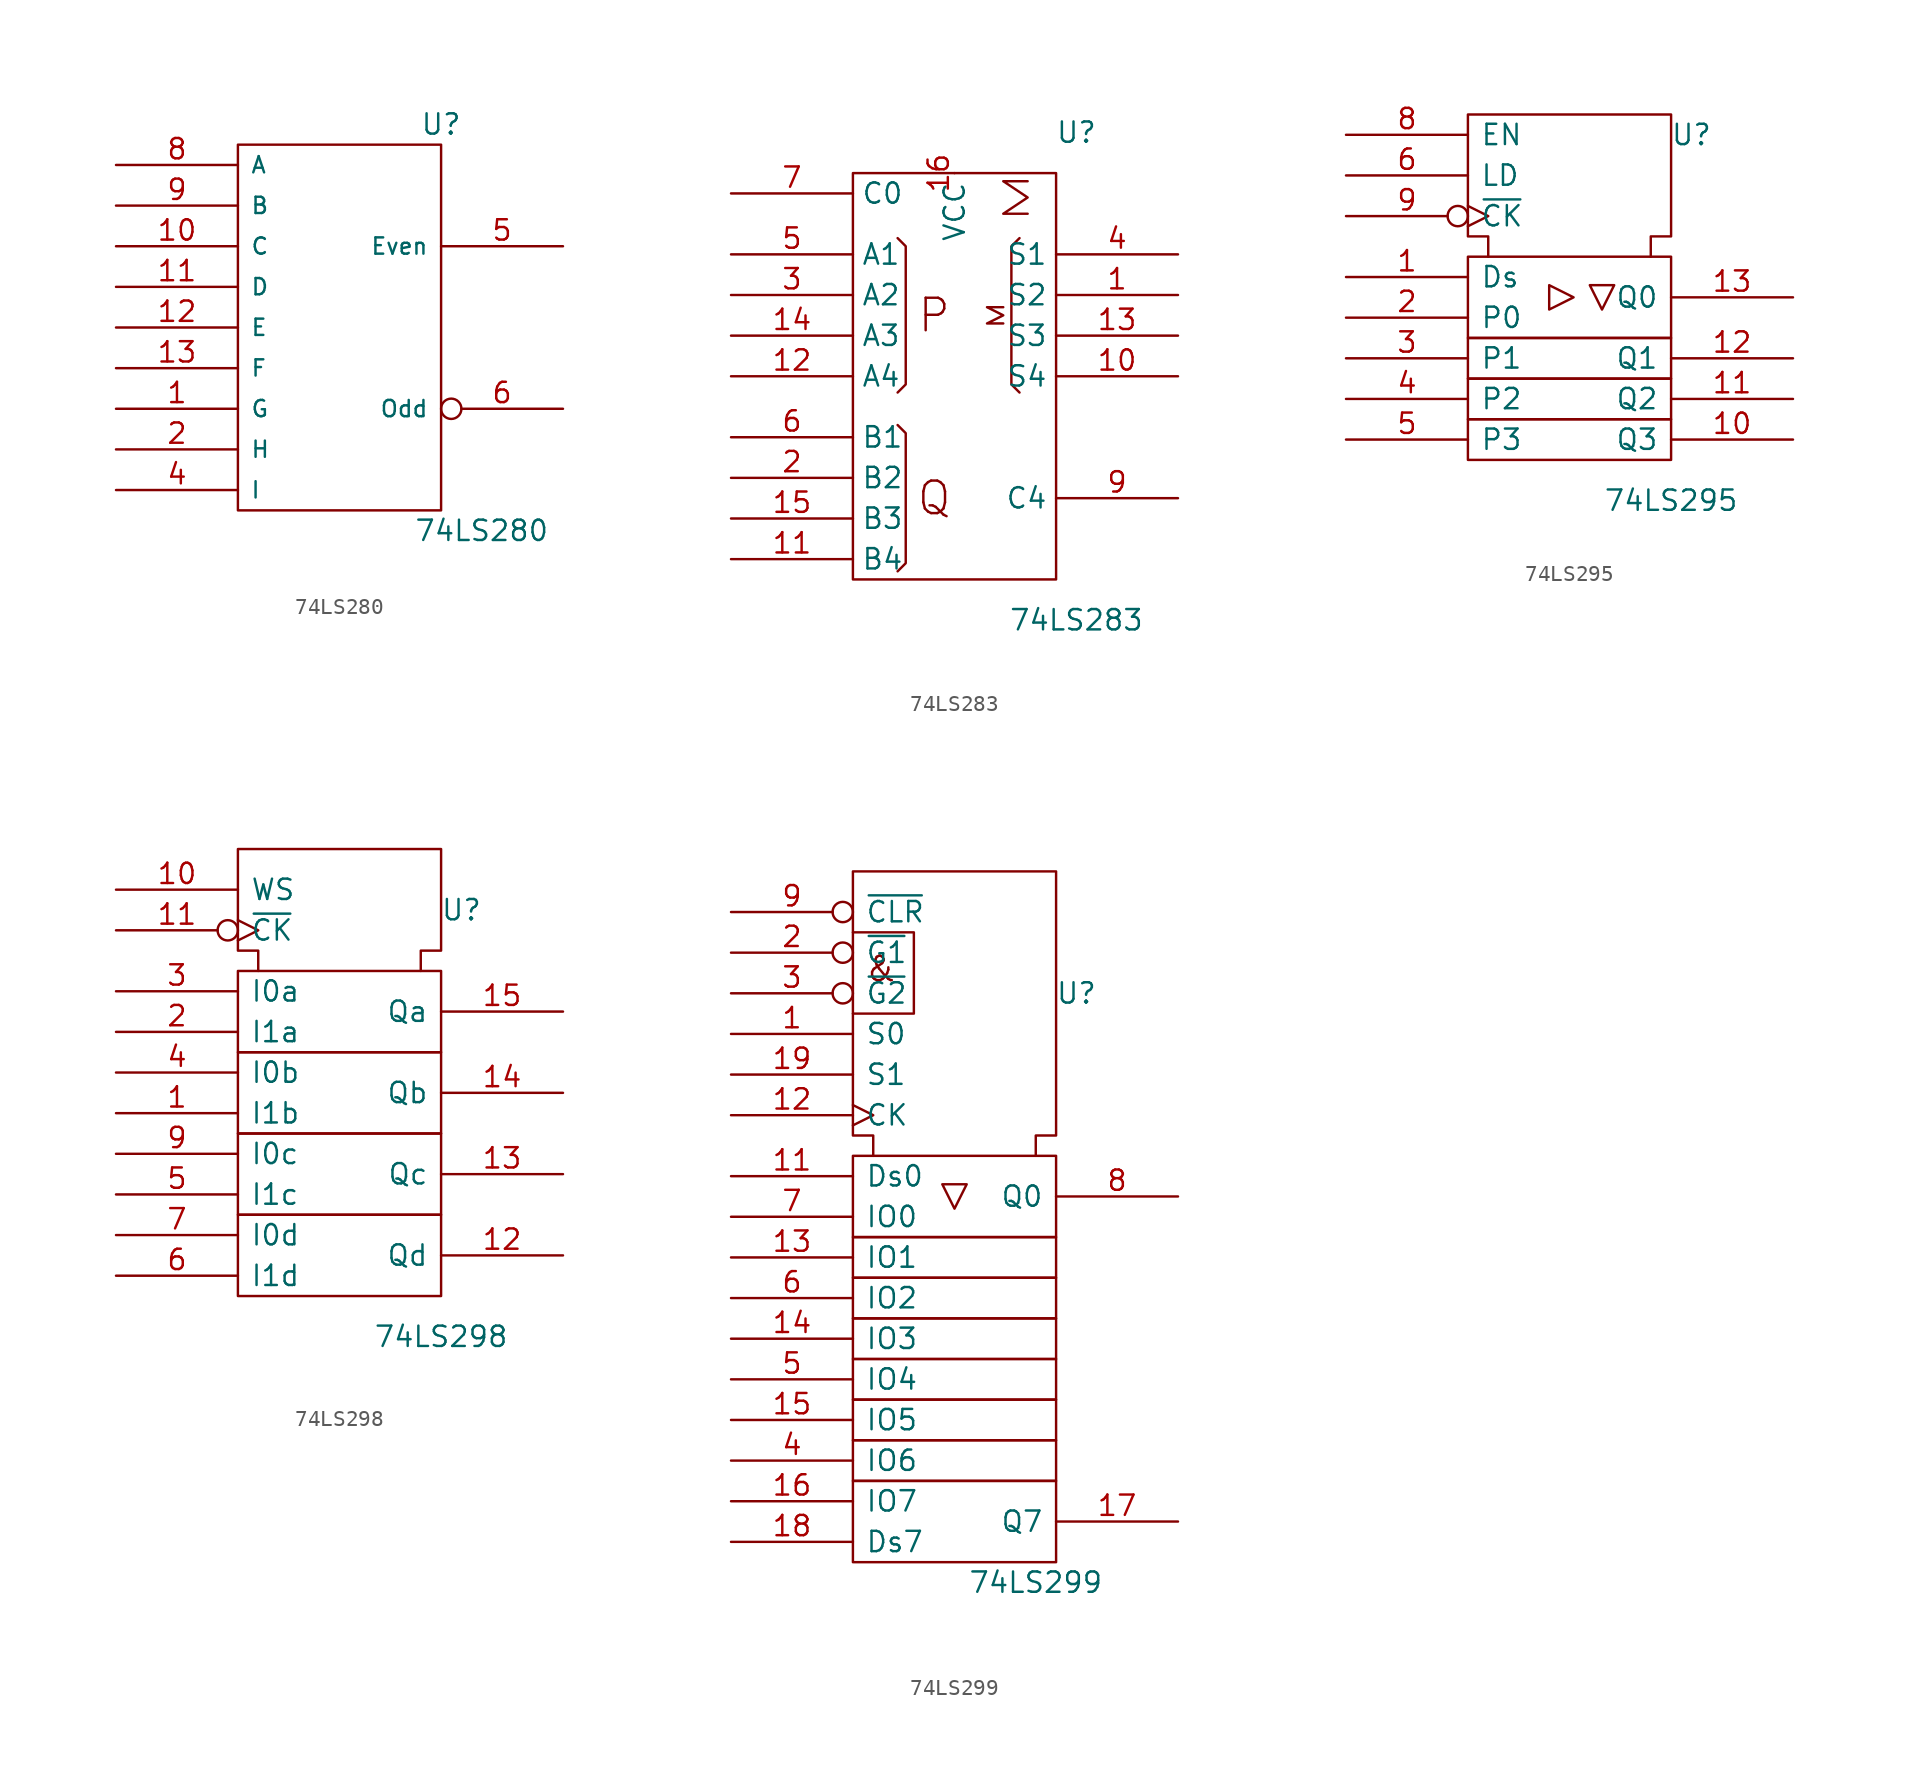
<source format=kicad_sym>
(kicad_symbol_lib
  (version 20201005)
  (generator kicad_symbol_editor)
  (symbol "74LS280"
    (pin_names
      (offset 0.762))
    (property "Reference" "U"
      (at 6.35 12.7 0)
      (effects (font (size 1.27 1.27))))
    (property "Value" "74LS280"
      (at 8.89 -12.7 0)
      (effects (font (size 1.27 1.27))))
    (symbol "74LS280_0_0"
      (rectangle (start -6.35 11.43) (end 6.35 -11.43) (stroke (width 0)) (fill (type none)))
      (pin power_in line (at 0 11.43 270) (length 0) hide (name "VCC" (effects (font (size 1.016 1.016)))) (number "14" (effects (font (size 1.27 1.27)))))
      (pin power_in line (at 0 -11.43 90) (length 0) hide (name "GND" (effects (font (size 1.016 1.016)))) (number "7" (effects (font (size 1.27 1.27))))))
    (symbol "74LS280_1_1"
      (pin output inverted (at 13.97 -5.08 180) (length 7.62) (name "Odd" (effects (font (size 1.016 1.016)))) (number "6" (effects (font (size 1.27 1.27)))))
      (pin output line (at 13.97 5.08 180) (length 7.62) (name "Even" (effects (font (size 1.016 1.016)))) (number "5" (effects (font (size 1.27 1.27)))))
      (pin input line (at -13.97 -10.16 0) (length 7.62) (name "I" (effects (font (size 1.016 1.016)))) (number "4" (effects (font (size 1.27 1.27)))))
      (pin input line (at -13.97 -7.62 0) (length 7.62) (name "H" (effects (font (size 1.016 1.016)))) (number "2" (effects (font (size 1.27 1.27)))))
      (pin input line (at -13.97 -5.08 0) (length 7.62) (name "G" (effects (font (size 1.016 1.016)))) (number "1" (effects (font (size 1.27 1.27)))))
      (pin input line (at -13.97 -2.54 0) (length 7.62) (name "F" (effects (font (size 1.016 1.016)))) (number "13" (effects (font (size 1.27 1.27)))))
      (pin input line (at -13.97 0 0) (length 7.62) (name "E" (effects (font (size 1.016 1.016)))) (number "12" (effects (font (size 1.27 1.27)))))
      (pin input line (at -13.97 2.54 0) (length 7.62) (name "D" (effects (font (size 1.016 1.016)))) (number "11" (effects (font (size 1.27 1.27)))))
      (pin input line (at -13.97 5.08 0) (length 7.62) (name "C" (effects (font (size 1.016 1.016)))) (number "10" (effects (font (size 1.27 1.27)))))
      (pin input line (at -13.97 7.62 0) (length 7.62) (name "B" (effects (font (size 1.016 1.016)))) (number "9" (effects (font (size 1.27 1.27)))))
      (pin input line (at -13.97 10.16 0) (length 7.62) (name "A" (effects (font (size 1.016 1.016)))) (number "8" (effects (font (size 1.27 1.27)))))))
  (symbol "74LS283"
    (property "Reference" "U"
      (at 7.62 15.24 0)
      (effects (font (size 1.27 1.27))))
    (property "Value" "74LS283"
      (at 7.62 -15.24 0)
      (effects (font (size 1.27 1.27))))
    (symbol "74LS283_0_0"
      (text "P" (at -1.27 3.81 0) (effects (font (size 2.032 2.032))))
      (text "Q" (at -1.27 -7.62 0) (effects (font (size 2.032 2.032))))
      (rectangle (start -6.35 12.7) (end 6.35 -12.7) (stroke (width 0)) (fill (type none)))
      (polyline (pts (xy 4.064 8.636) (xy 3.556 8.128) (xy 3.556 -0.508) (xy 4.064 -1.016) (xy 4.064 -1.016)) (stroke (width 0)) (fill (type none)))
      (polyline (pts (xy 4.572 12.192) (xy 3.048 12.192) (xy 4.572 11.176) (xy 3.048 10.16) (xy 4.572 10.16) (xy 4.572 10.16)) (stroke (width 0)) (fill (type none)))
      (polyline (pts (xy 3.048 4.318) (xy 2.032 4.318) (xy 3.048 3.81) (xy 2.032 3.302) (xy 3.048 3.302) (xy 3.048 3.302)) (stroke (width 0)) (fill (type none)))
      (polyline (pts (xy -3.556 -3.048) (xy -3.048 -3.556) (xy -3.048 -11.684) (xy -3.556 -12.192) (xy -3.556 -12.192)) (stroke (width 0)) (fill (type none)))
      (polyline (pts (xy -3.556 8.636) (xy -3.048 8.128) (xy -3.048 -0.508) (xy -3.556 -1.016) (xy -3.556 -1.016)) (stroke (width 0)) (fill (type none)))
      (pin power_in line (at 0 12.7 270) (length 0) (name "VCC" (effects (font (size 1.27 1.27)))) (number "16" (effects (font (size 1.27 1.27)))))
      (pin power_in line (at 0 -12.7 90) (length 0) hide (name "GND" (effects (font (size 1.27 1.27)))) (number "8" (effects (font (size 1.27 1.27))))))
    (symbol "74LS283_1_1"
      (pin output line (at 13.97 -7.62 180) (length 7.62) (name "C4" (effects (font (size 1.27 1.27)))) (number "9" (effects (font (size 1.27 1.27)))))
      (pin output line (at 13.97 0 180) (length 7.62) (name "S4" (effects (font (size 1.27 1.27)))) (number "10" (effects (font (size 1.27 1.27)))))
      (pin output line (at 13.97 2.54 180) (length 7.62) (name "S3" (effects (font (size 1.27 1.27)))) (number "13" (effects (font (size 1.27 1.27)))))
      (pin output line (at 13.97 5.08 180) (length 7.62) (name "S2" (effects (font (size 1.27 1.27)))) (number "1" (effects (font (size 1.27 1.27)))))
      (pin output line (at 13.97 7.62 180) (length 7.62) (name "S1" (effects (font (size 1.27 1.27)))) (number "4" (effects (font (size 1.27 1.27)))))
      (pin input line (at -13.97 -11.43 0) (length 7.62) (name "B4" (effects (font (size 1.27 1.27)))) (number "11" (effects (font (size 1.27 1.27)))))
      (pin input line (at -13.97 -8.89 0) (length 7.62) (name "B3" (effects (font (size 1.27 1.27)))) (number "15" (effects (font (size 1.27 1.27)))))
      (pin input line (at -13.97 -6.35 0) (length 7.62) (name "B2" (effects (font (size 1.27 1.27)))) (number "2" (effects (font (size 1.27 1.27)))))
      (pin input line (at -13.97 -3.81 0) (length 7.62) (name "B1" (effects (font (size 1.27 1.27)))) (number "6" (effects (font (size 1.27 1.27)))))
      (pin input line (at -13.97 0 0) (length 7.62) (name "A4" (effects (font (size 1.27 1.27)))) (number "12" (effects (font (size 1.27 1.27)))))
      (pin input line (at -13.97 2.54 0) (length 7.62) (name "A3" (effects (font (size 1.27 1.27)))) (number "14" (effects (font (size 1.27 1.27)))))
      (pin input line (at -13.97 5.08 0) (length 7.62) (name "A2" (effects (font (size 1.27 1.27)))) (number "3" (effects (font (size 1.27 1.27)))))
      (pin input line (at -13.97 7.62 0) (length 7.62) (name "A1" (effects (font (size 1.27 1.27)))) (number "5" (effects (font (size 1.27 1.27)))))
      (pin input line (at -13.97 11.43 0) (length 7.62) (name "C0" (effects (font (size 1.27 1.27)))) (number "7" (effects (font (size 1.27 1.27)))))))
  (symbol "74LS295"
    (pin_names
      (offset 0.762))
    (property "Reference" "U"
      (at 7.62 8.89 0)
      (effects (font (size 1.27 1.27))))
    (property "Value" "74LS295"
      (at 6.35 -13.97 0)
      (effects (font (size 1.27 1.27))))
    (symbol "74LS295_0_0"
      (pin power_in line (at 0 10.16 270) (length 0) hide (name "GND" (effects (font (size 1.27 1.27)))) (number "7" (effects (font (size 1.27 1.27)))))
      (pin power_in line (at 3.81 10.16 270) (length 0) hide (name "VCC" (effects (font (size 1.27 1.27)))) (number "14" (effects (font (size 1.27 1.27))))))
    (symbol "74LS295_0_1"
      (rectangle (start -6.35 -3.81) (end 6.35 -6.35) (stroke (width 0)) (fill (type none)))
      (rectangle (start -6.35 -8.89) (end 6.35 -11.43) (stroke (width 0)) (fill (type none)))
      (rectangle (start -6.35 -6.35) (end 6.35 -8.89) (stroke (width 0)) (fill (type none)))
      (rectangle (start -6.35 1.27) (end 6.35 -3.81) (stroke (width 0)) (fill (type none)))
      (polyline (pts (xy -5.08 1.27) (xy -5.08 2.54) (xy -6.35 2.54) (xy -6.35 10.16) (xy 6.35 10.16) (xy 6.35 2.54) (xy 5.08 2.54) (xy 5.08 1.27) (xy 5.08 1.27)) (stroke (width 0)) (fill (type none)))
      (polyline (pts (xy 2.794 -0.508) (xy 1.27 -0.508) (xy 2.032 -2.032) (xy 2.794 -0.508) (xy 2.794 -0.508)) (stroke (width 0)) (fill (type none)))
      (polyline (pts (xy -1.27 -0.508) (xy -1.27 -2.032) (xy 0.254 -1.27) (xy -1.27 -0.508) (xy -1.27 -0.508)) (stroke (width 0)) (fill (type none))))
    (symbol "74LS295_1_1"
      (pin output line (at 13.97 -10.16 180) (length 7.62) (name "Q3" (effects (font (size 1.27 1.27)))) (number "10" (effects (font (size 1.27 1.27)))))
      (pin output line (at 13.97 -7.62 180) (length 7.62) (name "Q2" (effects (font (size 1.27 1.27)))) (number "11" (effects (font (size 1.27 1.27)))))
      (pin output line (at 13.97 -5.08 180) (length 7.62) (name "Q1" (effects (font (size 1.27 1.27)))) (number "12" (effects (font (size 1.27 1.27)))))
      (pin output line (at 13.97 -1.27 180) (length 7.62) (name "Q0" (effects (font (size 1.27 1.27)))) (number "13" (effects (font (size 1.27 1.27)))))
      (pin input line (at -13.97 -10.16 0) (length 7.62) (name "P3" (effects (font (size 1.27 1.27)))) (number "5" (effects (font (size 1.27 1.27)))))
      (pin input line (at -13.97 -7.62 0) (length 7.62) (name "P2" (effects (font (size 1.27 1.27)))) (number "4" (effects (font (size 1.27 1.27)))))
      (pin input line (at -13.97 -5.08 0) (length 7.62) (name "P1" (effects (font (size 1.27 1.27)))) (number "3" (effects (font (size 1.27 1.27)))))
      (pin input line (at -13.97 -2.54 0) (length 7.62) (name "P0" (effects (font (size 1.27 1.27)))) (number "2" (effects (font (size 1.27 1.27)))))
      (pin input line (at -13.97 0 0) (length 7.62) (name "Ds" (effects (font (size 1.27 1.27)))) (number "1" (effects (font (size 1.27 1.27)))))
      (pin input inverted_clock (at -13.97 3.81 0) (length 7.62) (name "~CK" (effects (font (size 1.27 1.27)))) (number "9" (effects (font (size 1.27 1.27)))))
      (pin input line (at -13.97 6.35 0) (length 7.62) (name "LD" (effects (font (size 1.27 1.27)))) (number "6" (effects (font (size 1.27 1.27)))))
      (pin input line (at -13.97 8.89 0) (length 7.62) (name "EN" (effects (font (size 1.27 1.27)))) (number "8" (effects (font (size 1.27 1.27)))))))
  (symbol "74LS298"
    (pin_names
      (offset 0.762))
    (property "Reference" "U"
      (at 7.62 10.16 0)
      (effects (font (size 1.27 1.27))))
    (property "Value" "74LS298"
      (at 6.35 -16.51 0)
      (effects (font (size 1.27 1.27))))
    (symbol "74LS298_0_0"
      (rectangle (start -6.35 6.35) (end 6.35 1.27) (stroke (width 0)) (fill (type none)))
      (rectangle (start -6.35 -3.81) (end 6.35 -8.89) (stroke (width 0)) (fill (type none)))
      (rectangle (start -6.35 1.27) (end 6.35 -3.81) (stroke (width 0)) (fill (type none)))
      (rectangle (start -6.35 -8.89) (end 6.35 -13.97) (stroke (width 0)) (fill (type none)))
      (polyline (pts (xy -5.08 6.35) (xy -5.08 7.62) (xy -6.35 7.62) (xy -6.35 13.97) (xy 6.35 13.97) (xy 6.35 7.62) (xy 5.08 7.62) (xy 5.08 6.35) (xy 5.08 6.35)) (stroke (width 0)) (fill (type none)))
      (pin power_in line (at 0 13.97 270) (length 0) hide (name "GND" (effects (font (size 1.27 1.27)))) (number "8" (effects (font (size 1.27 1.27)))))
      (pin power_in line (at 3.81 13.97 270) (length 0) hide (name "VCC" (effects (font (size 1.27 1.27)))) (number "16" (effects (font (size 1.27 1.27))))))
    (symbol "74LS298_1_1"
      (pin tri_state line (at 13.97 -11.43 180) (length 7.62) (name "Qd" (effects (font (size 1.27 1.27)))) (number "12" (effects (font (size 1.27 1.27)))))
      (pin tri_state line (at 13.97 -6.35 180) (length 7.62) (name "Qc" (effects (font (size 1.27 1.27)))) (number "13" (effects (font (size 1.27 1.27)))))
      (pin tri_state line (at 13.97 -1.27 180) (length 7.62) (name "Qb" (effects (font (size 1.27 1.27)))) (number "14" (effects (font (size 1.27 1.27)))))
      (pin tri_state line (at 13.97 3.81 180) (length 7.62) (name "Qa" (effects (font (size 1.27 1.27)))) (number "15" (effects (font (size 1.27 1.27)))))
      (pin input line (at -13.97 -12.7 0) (length 7.62) (name "I1d" (effects (font (size 1.27 1.27)))) (number "6" (effects (font (size 1.27 1.27)))))
      (pin input line (at -13.97 -10.16 0) (length 7.62) (name "I0d" (effects (font (size 1.27 1.27)))) (number "7" (effects (font (size 1.27 1.27)))))
      (pin input line (at -13.97 -7.62 0) (length 7.62) (name "I1c" (effects (font (size 1.27 1.27)))) (number "5" (effects (font (size 1.27 1.27)))))
      (pin input line (at -13.97 -5.08 0) (length 7.62) (name "I0c" (effects (font (size 1.27 1.27)))) (number "9" (effects (font (size 1.27 1.27)))))
      (pin input line (at -13.97 -2.54 0) (length 7.62) (name "I1b" (effects (font (size 1.27 1.27)))) (number "1" (effects (font (size 1.27 1.27)))))
      (pin input line (at -13.97 0 0) (length 7.62) (name "I0b" (effects (font (size 1.27 1.27)))) (number "4" (effects (font (size 1.27 1.27)))))
      (pin input line (at -13.97 2.54 0) (length 7.62) (name "I1a" (effects (font (size 1.27 1.27)))) (number "2" (effects (font (size 1.27 1.27)))))
      (pin input line (at -13.97 5.08 0) (length 7.62) (name "I0a" (effects (font (size 1.27 1.27)))) (number "3" (effects (font (size 1.27 1.27)))))
      (pin input inverted_clock (at -13.97 8.89 0) (length 7.62) (name "~CK" (effects (font (size 1.27 1.27)))) (number "11" (effects (font (size 1.27 1.27)))))
      (pin input line (at -13.97 11.43 0) (length 7.62) (name "WS" (effects (font (size 1.27 1.27)))) (number "10" (effects (font (size 1.27 1.27)))))))
  (symbol "74LS299"
    (pin_names
      (offset 0.762))
    (property "Reference" "U"
      (at 7.62 6.35 0)
      (effects (font (size 1.27 1.27))))
    (property "Value" "74LS299"
      (at 5.08 -30.48 0)
      (effects (font (size 1.27 1.27))))
    (symbol "74LS299_0_0"
      (text "&" (at -4.572 7.874 0) (effects (font (size 1.524 1.524))))
      (polyline (pts (xy 0.762 -5.588) (xy -0.762 -5.588) (xy 0 -7.112) (xy 0.762 -5.588) (xy 0.762 -5.588)) (stroke (width 0)) (fill (type none)))
      (pin power_in line (at 0 13.97 270) (length 0) hide (name "GND" (effects (font (size 1.27 1.27)))) (number "10" (effects (font (size 1.27 1.27)))))
      (pin power_in line (at 3.81 13.97 270) (length 0) hide (name "VCC" (effects (font (size 1.27 1.27)))) (number "20" (effects (font (size 1.27 1.27))))))
    (symbol "74LS299_0_1"
      (rectangle (start -6.35 -24.13) (end 6.35 -29.21) (stroke (width 0)) (fill (type none)))
      (rectangle (start -6.35 -11.43) (end 6.35 -13.97) (stroke (width 0)) (fill (type none)))
      (rectangle (start -6.35 -3.81) (end 6.35 -8.89) (stroke (width 0)) (fill (type none)))
      (rectangle (start -6.35 -8.89) (end 6.35 -11.43) (stroke (width 0)) (fill (type none)))
      (rectangle (start -6.35 -13.97) (end 6.35 -16.51) (stroke (width 0)) (fill (type none)))
      (rectangle (start -6.35 -16.51) (end 6.35 -19.05) (stroke (width 0)) (fill (type none)))
      (rectangle (start -6.35 -21.59) (end 6.35 -24.13) (stroke (width 0)) (fill (type none)))
      (rectangle (start -6.35 -19.05) (end 6.35 -21.59) (stroke (width 0)) (fill (type none)))
      (polyline (pts (xy -5.08 -3.81) (xy -5.08 -2.54) (xy -6.35 -2.54) (xy -6.35 13.97) (xy 6.35 13.97) (xy 6.35 -2.54) (xy 5.08 -2.54) (xy 5.08 -3.81) (xy 5.08 -3.81)) (stroke (width 0)) (fill (type none)))
      (polyline (pts (xy -6.35 10.16) (xy -2.54 10.16) (xy -2.54 5.08) (xy -6.35 5.08) (xy -6.35 5.08)) (stroke (width 0)) (fill (type none))))
    (symbol "74LS299_1_1"
      (pin output line (at 13.97 -26.67 180) (length 7.62) (name "Q7" (effects (font (size 1.27 1.27)))) (number "17" (effects (font (size 1.27 1.27)))))
      (pin output line (at 13.97 -6.35 180) (length 7.62) (name "Q0" (effects (font (size 1.27 1.27)))) (number "8" (effects (font (size 1.27 1.27)))))
      (pin input line (at -13.97 -27.94 0) (length 7.62) (name "Ds7" (effects (font (size 1.27 1.27)))) (number "18" (effects (font (size 1.27 1.27)))))
      (pin tri_state line (at -13.97 -25.4 0) (length 7.62) (name "IO7" (effects (font (size 1.27 1.27)))) (number "16" (effects (font (size 1.27 1.27)))))
      (pin tri_state line (at -13.97 -22.86 0) (length 7.62) (name "IO6" (effects (font (size 1.27 1.27)))) (number "4" (effects (font (size 1.27 1.27)))))
      (pin tri_state line (at -13.97 -20.32 0) (length 7.62) (name "IO5" (effects (font (size 1.27 1.27)))) (number "15" (effects (font (size 1.27 1.27)))))
      (pin tri_state line (at -13.97 -17.78 0) (length 7.62) (name "IO4" (effects (font (size 1.27 1.27)))) (number "5" (effects (font (size 1.27 1.27)))))
      (pin tri_state line (at -13.97 -15.24 0) (length 7.62) (name "IO3" (effects (font (size 1.27 1.27)))) (number "14" (effects (font (size 1.27 1.27)))))
      (pin tri_state line (at -13.97 -12.7 0) (length 7.62) (name "IO2" (effects (font (size 1.27 1.27)))) (number "6" (effects (font (size 1.27 1.27)))))
      (pin tri_state line (at -13.97 -10.16 0) (length 7.62) (name "IO1" (effects (font (size 1.27 1.27)))) (number "13" (effects (font (size 1.27 1.27)))))
      (pin tri_state line (at -13.97 -7.62 0) (length 7.62) (name "IO0" (effects (font (size 1.27 1.27)))) (number "7" (effects (font (size 1.27 1.27)))))
      (pin input line (at -13.97 -5.08 0) (length 7.62) (name "Ds0" (effects (font (size 1.27 1.27)))) (number "11" (effects (font (size 1.27 1.27)))))
      (pin input clock (at -13.97 -1.27 0) (length 7.62) (name "CK" (effects (font (size 1.27 1.27)))) (number "12" (effects (font (size 1.27 1.27)))))
      (pin input line (at -13.97 1.27 0) (length 7.62) (name "S1" (effects (font (size 1.27 1.27)))) (number "19" (effects (font (size 1.27 1.27)))))
      (pin input line (at -13.97 3.81 0) (length 7.62) (name "S0" (effects (font (size 1.27 1.27)))) (number "1" (effects (font (size 1.27 1.27)))))
      (pin input inverted (at -13.97 6.35 0) (length 7.62) (name "~G2" (effects (font (size 1.27 1.27)))) (number "3" (effects (font (size 1.27 1.27)))))
      (pin input inverted (at -13.97 8.89 0) (length 7.62) (name "~G1" (effects (font (size 1.27 1.27)))) (number "2" (effects (font (size 1.27 1.27)))))
      (pin input inverted (at -13.97 11.43 0) (length 7.62) (name "~CLR" (effects (font (size 1.27 1.27)))) (number "9" (effects (font (size 1.27 1.27))))))))
</source>
